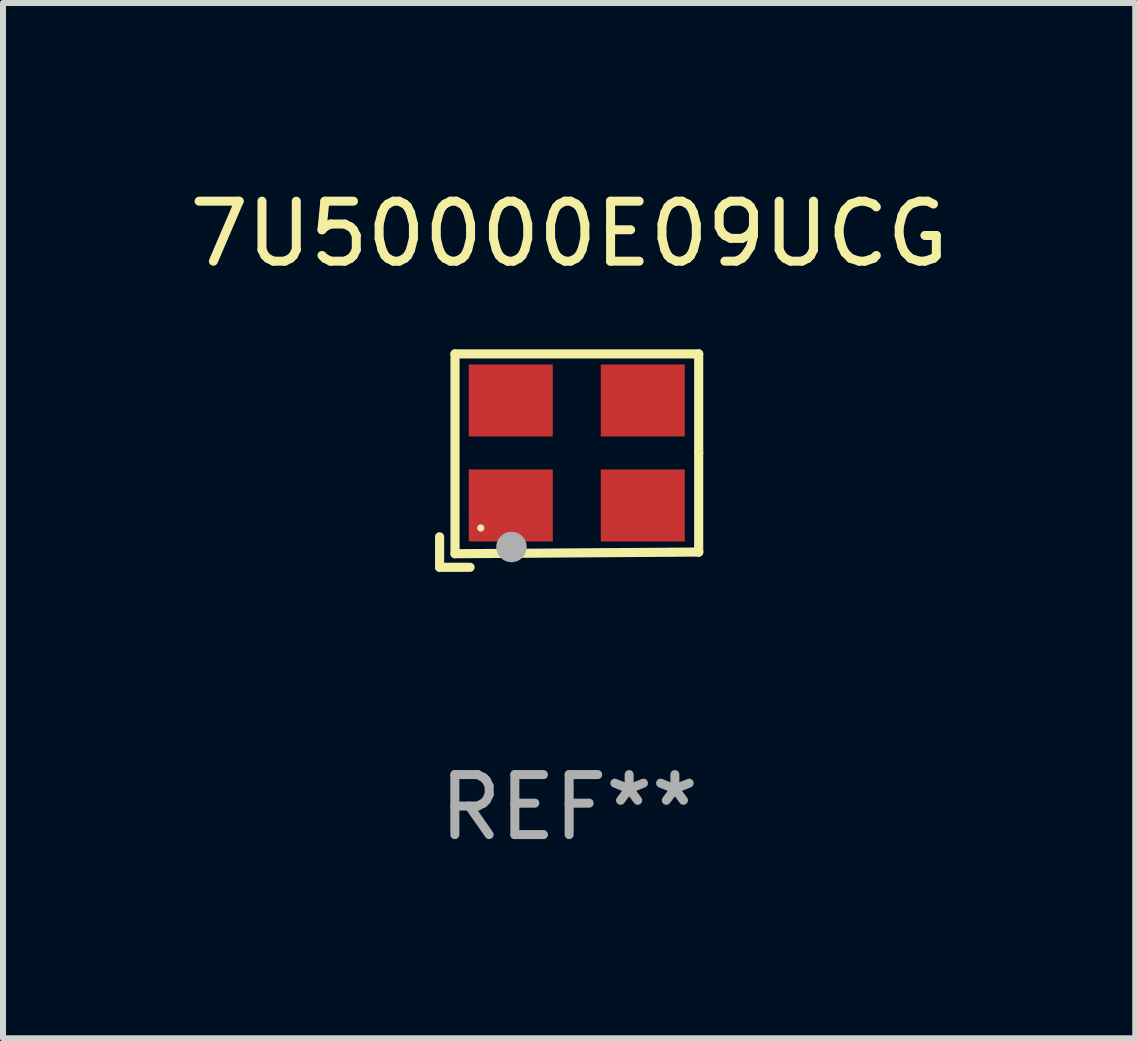
<source format=kicad_pcb>
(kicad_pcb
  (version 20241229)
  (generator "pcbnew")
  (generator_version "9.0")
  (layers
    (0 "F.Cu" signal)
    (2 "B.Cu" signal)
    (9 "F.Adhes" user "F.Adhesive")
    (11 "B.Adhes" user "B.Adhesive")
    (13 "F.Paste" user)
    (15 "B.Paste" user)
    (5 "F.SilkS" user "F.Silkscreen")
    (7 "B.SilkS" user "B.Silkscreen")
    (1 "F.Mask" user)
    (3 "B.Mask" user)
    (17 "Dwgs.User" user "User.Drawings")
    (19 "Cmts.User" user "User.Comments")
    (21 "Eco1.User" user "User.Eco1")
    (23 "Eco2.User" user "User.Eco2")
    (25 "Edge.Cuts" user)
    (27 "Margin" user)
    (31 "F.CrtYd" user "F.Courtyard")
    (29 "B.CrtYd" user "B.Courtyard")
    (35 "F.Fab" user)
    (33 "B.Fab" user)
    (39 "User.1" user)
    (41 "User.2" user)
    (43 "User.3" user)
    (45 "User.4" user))
  (footprint "7U50000E09UCG"
    (layer "F.Cu")
    (at 6.435 4.626)
    (property "Reference" "7U50000E09UCG" (at 0 -3.778 0) (layer "F.SilkS") (effects (font (size 1 1) (thickness 0.15))))
    (attr through_hole)
    (fp_line (start -2.159 1.27) (end -2.159 1.778) (stroke (width 0.152) (type solid)) (layer "F.SilkS"))
    (fp_line (start -2.159 1.778) (end -1.651 1.778) (stroke (width 0.152) (type solid)) (layer "F.SilkS"))
    (fp_line (start -1.902 -1.778) (end 2.159 -1.778) (stroke (width 0.152) (type solid)) (layer "F.SilkS"))
    (fp_line (start -1.902 1.552) (end -1.902 -1.778) (stroke (width 0.152) (type solid)) (layer "F.SilkS"))
    (fp_line (start 2.159 -1.778) (end 2.159 -0.127) (stroke (width 0.152) (type solid)) (layer "F.SilkS"))
    (fp_line (start 2.159 -0.127) (end 2.159 1.524) (stroke (width 0.152) (type solid)) (layer "F.SilkS"))
    (fp_line (start 2.159 1.524) (end -1.902 1.552) (stroke (width 0.152) (type solid)) (layer "F.SilkS"))
    (fp_line (start 2.159 1.524) (end 2.159 1.524) (stroke (width 0.152) (type solid)) (layer "F.SilkS"))
    (fp_circle (center -1.473 1.123) (end -1.443 1.123) (stroke (width 0.06) (type solid)) (fill no) (layer "F.SilkS"))
    (fp_circle (center -0.961 1.44) (end -0.834 1.44) (stroke (width 0.254) (type solid)) (fill no) (layer "F.Fab"))
    (fp_text user "REF**" (at 0 5.778 0) (layer "F.Fab") (effects (font (size 1 1) (thickness 0.15))))
    (pad "1" smd rect (at -0.973 0.748) (size 1.4 1.2) (layers "F.Cu" "F.Mask" "F.Paste"))
    (pad "2" smd rect (at 1.227 0.748) (size 1.4 1.2) (layers "F.Cu" "F.Mask" "F.Paste"))
    (pad "3" smd rect (at 1.227 -1.002) (size 1.4 1.2) (layers "F.Cu" "F.Mask" "F.Paste"))
    (pad "4" smd rect (at -0.973 -1.002) (size 1.4 1.2) (layers "F.Cu" "F.Mask" "F.Paste")))
  (gr_rect
    (start -3 -3)
    (end 15.869 14.253)
    (stroke (width 0.1) (type default))
    (fill no)
    (layer "Edge.Cuts")))
</source>
